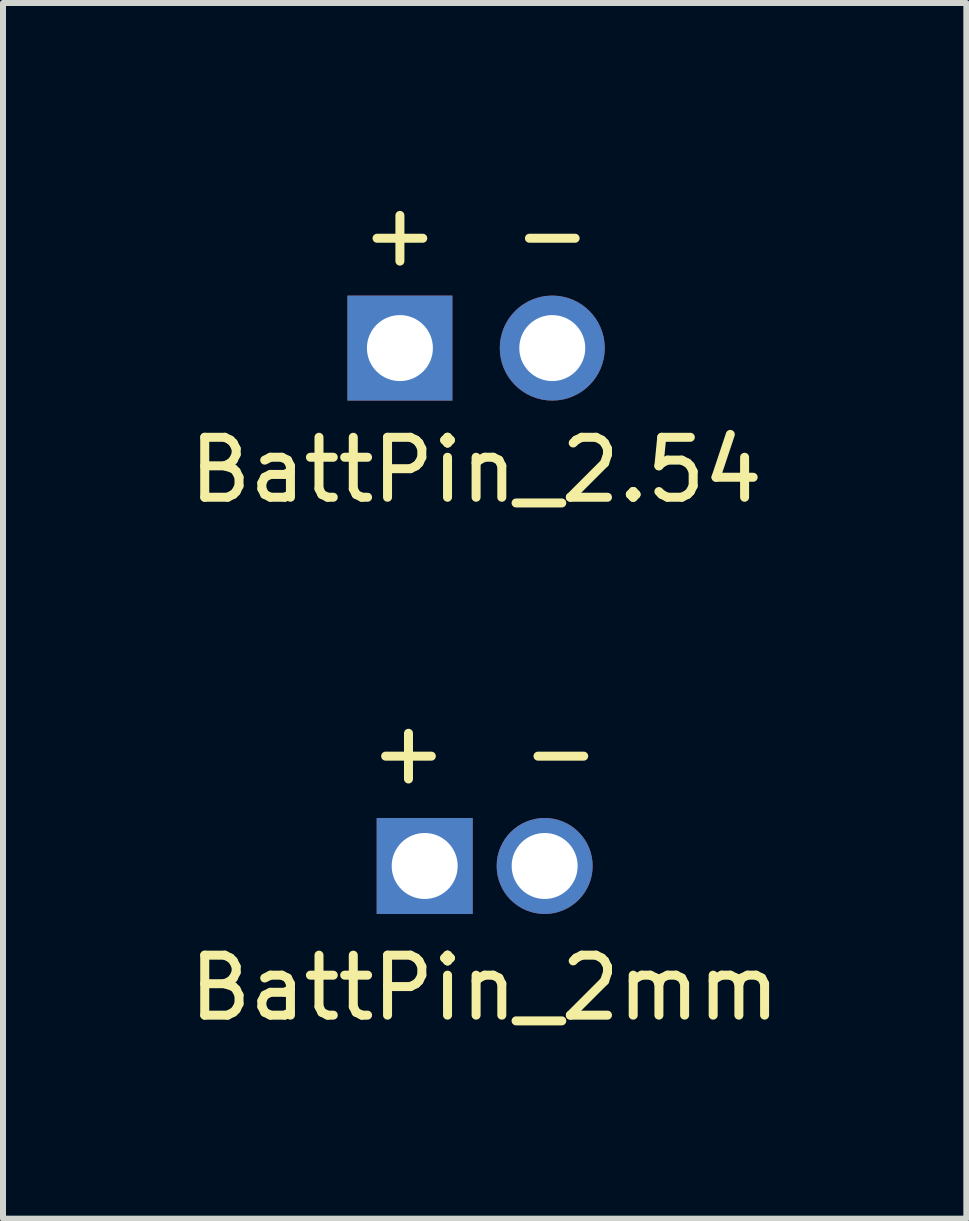
<source format=kicad_pcb>
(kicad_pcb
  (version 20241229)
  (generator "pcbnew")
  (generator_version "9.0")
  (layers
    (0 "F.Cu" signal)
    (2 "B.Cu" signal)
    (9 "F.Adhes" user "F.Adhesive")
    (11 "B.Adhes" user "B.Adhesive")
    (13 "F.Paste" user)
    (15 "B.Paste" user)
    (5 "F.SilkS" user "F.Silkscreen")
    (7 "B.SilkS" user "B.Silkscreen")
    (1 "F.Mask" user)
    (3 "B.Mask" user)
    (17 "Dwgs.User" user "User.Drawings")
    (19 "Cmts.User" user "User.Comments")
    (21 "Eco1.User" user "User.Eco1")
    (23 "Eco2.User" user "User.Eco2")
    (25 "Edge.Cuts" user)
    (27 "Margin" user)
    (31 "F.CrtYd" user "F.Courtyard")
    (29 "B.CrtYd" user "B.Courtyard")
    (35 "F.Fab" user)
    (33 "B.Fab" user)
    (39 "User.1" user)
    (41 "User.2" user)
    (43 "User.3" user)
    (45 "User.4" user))
  (footprint "BattPin_2mm"
    (layer "F.Cu")
    (at 5.03 11.387)
    (property "Reference" "BattPin_2mm" (at 0 2.032 0) (layer "F.SilkS") (effects (font (size 1 1) (thickness 0.15))))
    (attr through_hole)
    (fp_text user "+" (at -1.27 -1.905 0) (layer "F.SilkS") (effects (font (size 1 1) (thickness 0.15))))
    (fp_text user "-" (at 1.27 -1.905 0) (layer "F.SilkS") (effects (font (size 1 1) (thickness 0.15))))
    (pad "1" thru_hole rect (at -1 0) (size 1.6 1.6) (drill 1.1) (layers "*.Cu" "*.Mask"))
    (pad "2" thru_hole circle (at 1 0) (size 1.6 1.6) (drill 1.1) (layers "*.Cu" "*.Mask")))
  (footprint "BattPin_2.54"
    (layer "F.Cu")
    (at 4.887 2.753)
    (property "Reference" "BattPin_2.54" (at 0 2.032 0) (layer "F.SilkS") (effects (font (size 1 1) (thickness 0.15))))
    (attr through_hole)
    (fp_text user "-" (at 1.27 -1.905 0) (layer "F.SilkS") (effects (font (size 1 1) (thickness 0.15))))
    (fp_text user "+" (at -1.27 -1.905 0) (layer "F.SilkS") (effects (font (size 1 1) (thickness 0.15))))
    (pad "1" thru_hole rect (at -1.27 0) (size 1.75 1.75) (drill 1.1) (layers "*.Cu" "*.Mask"))
    (pad "2" thru_hole circle (at 1.27 0) (size 1.75 1.75) (drill 1.1) (layers "*.Cu" "*.Mask")))
  (gr_rect
    (start -3 -3)
    (end 13.06 17.267)
    (stroke (width 0.1) (type default))
    (fill no)
    (layer "Edge.Cuts")))
</source>
